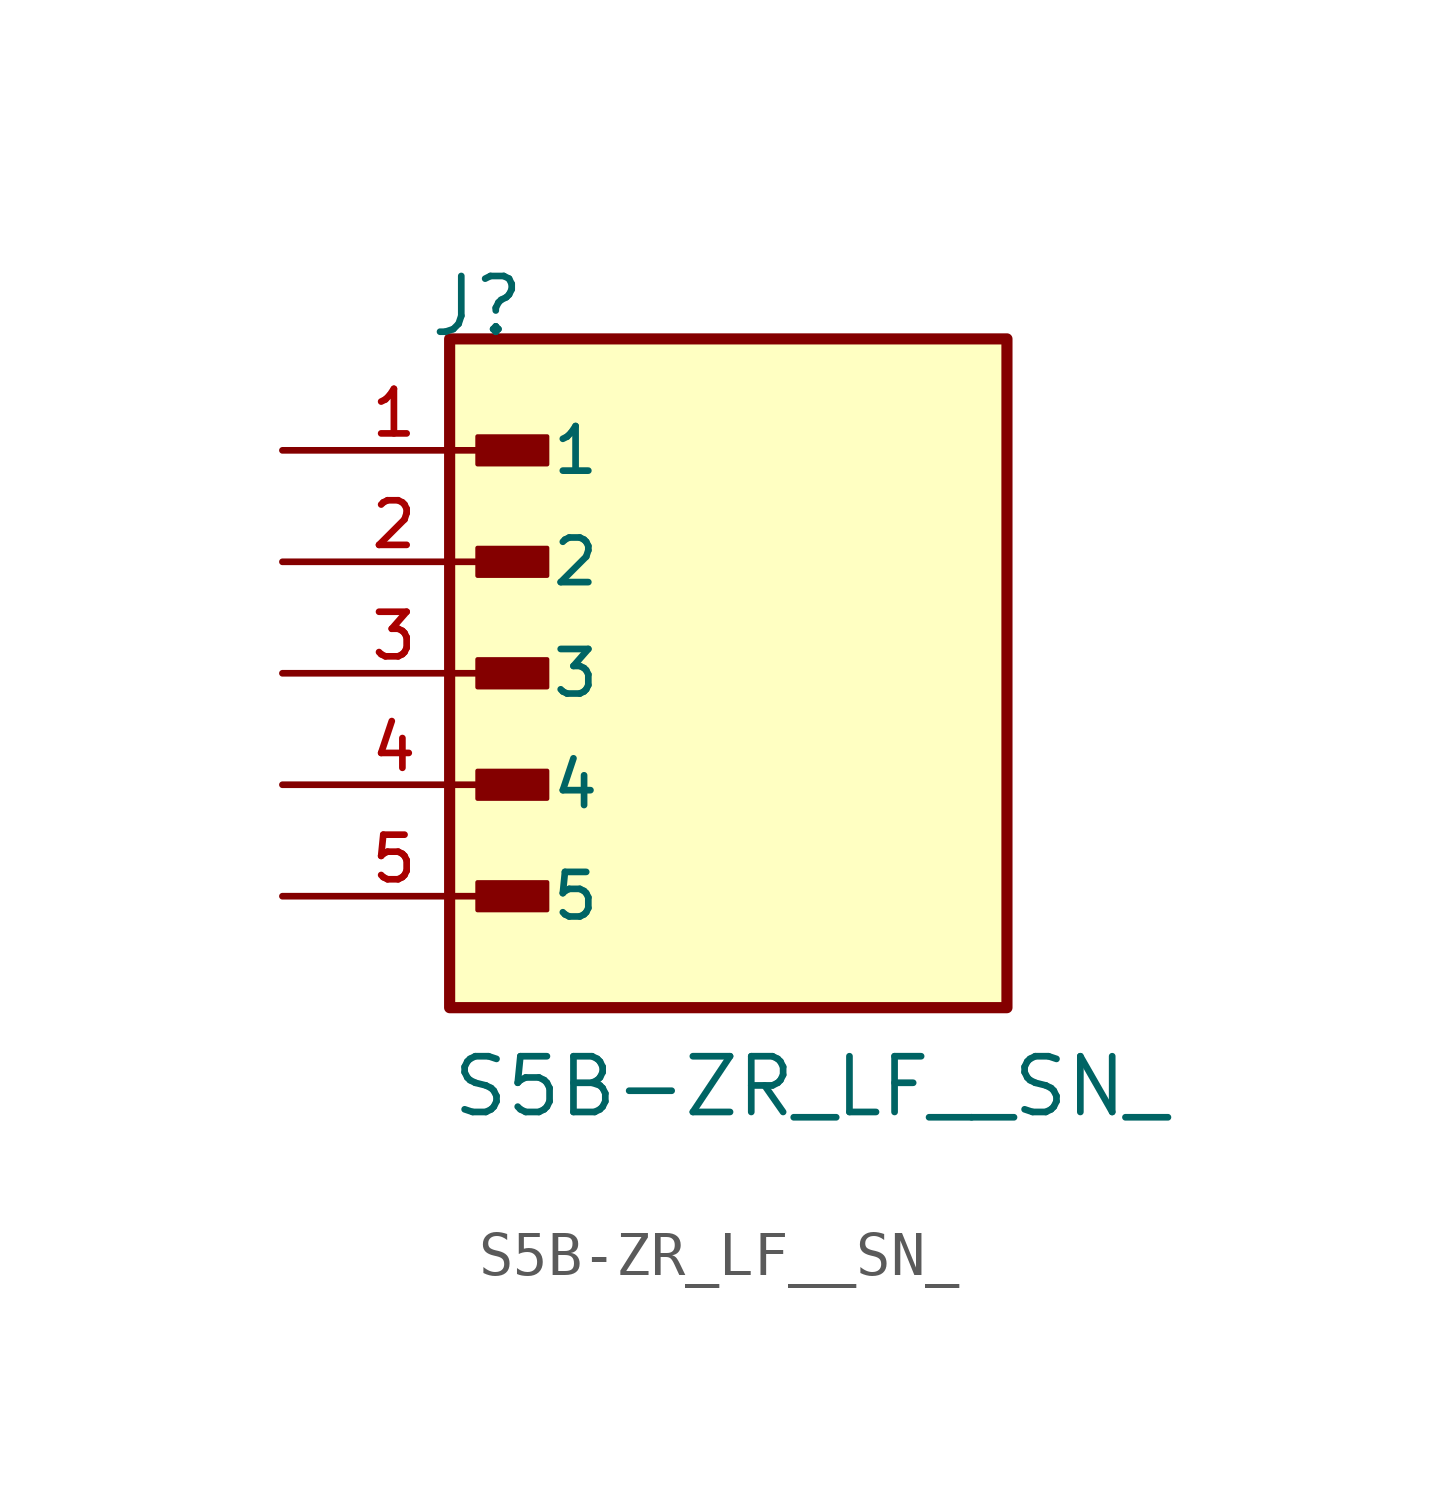
<source format=kicad_sym>
(kicad_symbol_lib
  (version 20211014)
  (generator kicad_symbol_editor)
  (symbol "S5B-ZR_LF__SN_"
    (pin_names
      (offset 1.016))
    (property "Reference" "J"
      (at -6.85 7.62 0)
      (effects (font (size 1.27 1.27)) (justify bottom left)))
    (property "Value" "S5B-ZR_LF__SN_"
      (at -6.35 -10.16 0)
      (effects (font (size 1.27 1.27)) (justify bottom left)))
    (symbol "S5B-ZR_LF__SN__0_0"
      (rectangle (start -5.715 4.763) (end -4.128 5.397) (stroke (width 0.1)) (fill (type outline)))
      (rectangle (start -5.715 2.223) (end -4.128 2.857) (stroke (width 0.1)) (fill (type outline)))
      (rectangle (start -5.715 -0.318) (end -4.128 0.318) (stroke (width 0.1)) (fill (type outline)))
      (rectangle (start -5.715 -2.857) (end -4.128 -2.223) (stroke (width 0.1)) (fill (type outline)))
      (rectangle (start -5.715 -5.397) (end -4.128 -4.763) (stroke (width 0.1)) (fill (type outline)))
      (rectangle (start -6.35 -7.62) (end 6.35 7.62) (stroke (width 0.254)) (fill (type background)))
      (pin passive line (at -10.16 5.08 0) (length 5.08) (name "1" (effects (font (size 1.016 1.016)))) (number "1" (effects (font (size 1.016 1.016)))))
      (pin passive line (at -10.16 2.54 0) (length 5.08) (name "2" (effects (font (size 1.016 1.016)))) (number "2" (effects (font (size 1.016 1.016)))))
      (pin passive line (at -10.16 0.0 0) (length 5.08) (name "3" (effects (font (size 1.016 1.016)))) (number "3" (effects (font (size 1.016 1.016)))))
      (pin passive line (at -10.16 -2.54 0) (length 5.08) (name "4" (effects (font (size 1.016 1.016)))) (number "4" (effects (font (size 1.016 1.016)))))
      (pin passive line (at -10.16 -5.08 0) (length 5.08) (name "5" (effects (font (size 1.016 1.016)))) (number "5" (effects (font (size 1.016 1.016))))))))
</source>
